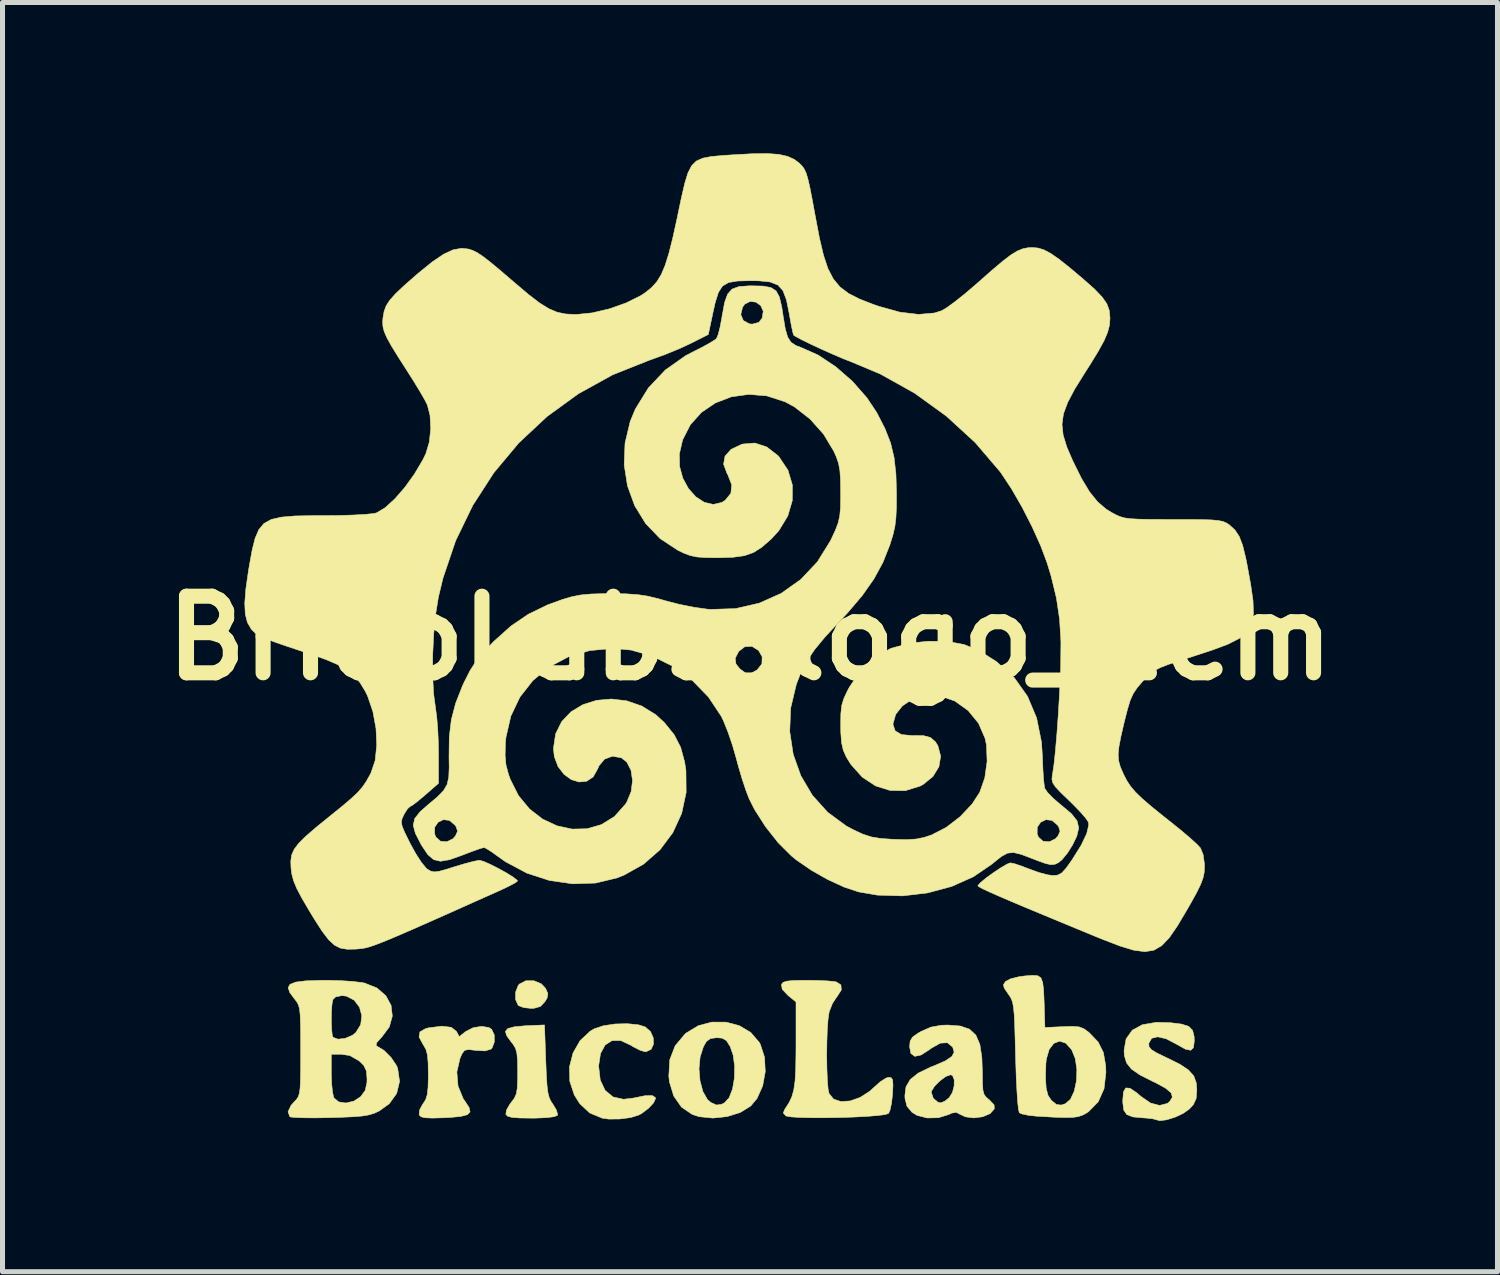
<source format=kicad_pcb>
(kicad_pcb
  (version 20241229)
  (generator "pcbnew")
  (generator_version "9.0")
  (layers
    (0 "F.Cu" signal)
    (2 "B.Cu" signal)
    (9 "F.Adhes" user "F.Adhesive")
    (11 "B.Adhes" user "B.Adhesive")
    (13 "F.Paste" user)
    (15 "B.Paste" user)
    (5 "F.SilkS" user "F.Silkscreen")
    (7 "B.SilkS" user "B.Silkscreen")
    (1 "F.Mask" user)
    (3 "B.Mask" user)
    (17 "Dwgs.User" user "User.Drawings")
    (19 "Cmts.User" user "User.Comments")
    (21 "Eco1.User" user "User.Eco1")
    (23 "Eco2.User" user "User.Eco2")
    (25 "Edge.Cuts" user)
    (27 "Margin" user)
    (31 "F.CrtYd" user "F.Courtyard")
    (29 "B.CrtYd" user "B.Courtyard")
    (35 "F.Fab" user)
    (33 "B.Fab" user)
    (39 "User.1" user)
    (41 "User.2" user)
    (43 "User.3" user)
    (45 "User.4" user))
  (footprint "BricoLabs_logo_2cm"
    (layer "F.Cu")
    (at 11.873 9.647)
    (property "Reference" "BricoLabs_logo_2cm" (at 0 0 0) (layer "F.SilkS") (effects (font (size 1.524 1.524) (thickness 0.3))))
    (attr through_hole)
    (fp_poly (pts (xy -4.152 6.878) (xy -4.069 6.966) (xy -4.022 7.073) (xy -4.037 7.159) (xy -4.081 7.233) (xy -4.17 7.328) (xy -4.295 7.364) (xy -4.36 7.366) (xy -4.502 7.351) (xy -4.603 7.313) (xy -4.613 7.305) (xy -4.665 7.191) (xy -4.664 7.042) (xy -4.612 6.91) (xy -4.591 6.884) (xy -4.46 6.817) (xy -4.3 6.817) (xy -4.152 6.878)) (stroke (width 0.01) (type solid)) (fill yes) (layer "F.SilkS"))
    (fp_poly (pts (xy -4.064 8.407) (xy -4.052 8.695) (xy -4.039 8.9) (xy -4.021 9.044) (xy -3.995 9.144) (xy -3.958 9.221) (xy -3.918 9.279) (xy -3.85 9.394) (xy -3.828 9.481) (xy -3.832 9.495) (xy -3.9 9.522) (xy -4.054 9.541) (xy -4.279 9.55) (xy -4.348 9.55) (xy -4.584 9.547) (xy -4.737 9.535) (xy -4.822 9.512) (xy -4.858 9.475) (xy -4.846 9.391) (xy -4.781 9.276) (xy -4.755 9.242) (xy -4.691 9.157) (xy -4.651 9.07) (xy -4.631 8.952) (xy -4.624 8.777) (xy -4.623 8.636) (xy -4.626 8.413) (xy -4.638 8.265) (xy -4.665 8.163) (xy -4.714 8.08) (xy -4.75 8.036) (xy -4.841 7.912) (xy -4.867 7.825) (xy -4.819 7.767) (xy -4.688 7.732) (xy -4.468 7.712) (xy -4.369 7.708) (xy -4.089 7.696) (xy -4.064 8.407)) (stroke (width 0.01) (type solid)) (fill yes) (layer "F.SilkS"))
    (fp_poly (pts (xy -2.22 7.693) (xy -2.085 7.735) (xy -1.98 7.828) (xy -1.925 7.952) (xy -1.921 8.08) (xy -1.969 8.182) (xy -2.068 8.229) (xy -2.082 8.23) (xy -2.183 8.202) (xy -2.319 8.133) (xy -2.371 8.1) (xy -2.571 8.007) (xy -2.745 8.007) (xy -2.883 8.095) (xy -2.975 8.264) (xy -3.012 8.508) (xy -3.012 8.516) (xy -2.98 8.792) (xy -2.883 8.998) (xy -2.726 9.128) (xy -2.516 9.175) (xy -2.315 9.15) (xy -2.085 9.103) (xy -1.942 9.101) (xy -1.882 9.142) (xy -1.88 9.161) (xy -1.919 9.246) (xy -2.019 9.353) (xy -2.149 9.452) (xy -2.21 9.487) (xy -2.376 9.539) (xy -2.592 9.567) (xy -2.81 9.569) (xy -2.94 9.551) (xy -3.19 9.447) (xy -3.388 9.262) (xy -3.496 9.09) (xy -3.586 8.818) (xy -3.593 8.532) (xy -3.522 8.255) (xy -3.382 8.009) (xy -3.179 7.819) (xy -3.101 7.773) (xy -2.918 7.712) (xy -2.685 7.677) (xy -2.439 7.671) (xy -2.22 7.693)) (stroke (width 0.01) (type solid)) (fill yes) (layer "F.SilkS"))
    (fp_poly (pts (xy -0.478 7.64) (xy -0.214 7.71) (xy 0.014 7.845) (xy 0.184 8.043) (xy 0.205 8.08) (xy 0.289 8.339) (xy 0.303 8.626) (xy 0.252 8.908) (xy 0.14 9.158) (xy 0.016 9.307) (xy -0.192 9.437) (xy -0.456 9.519) (xy -0.742 9.549) (xy -1.014 9.521) (xy -1.149 9.477) (xy -1.364 9.331) (xy -1.518 9.11) (xy -1.604 8.828) (xy -1.616 8.715) (xy -1.607 8.569) (xy -1.015 8.569) (xy -0.995 8.807) (xy -0.938 9.021) (xy -0.847 9.181) (xy -0.779 9.239) (xy -0.667 9.289) (xy -0.571 9.276) (xy -0.51 9.247) (xy -0.416 9.145) (xy -0.348 8.971) (xy -0.311 8.754) (xy -0.306 8.519) (xy -0.336 8.294) (xy -0.394 8.128) (xy -0.468 8.009) (xy -0.554 7.959) (xy -0.66 7.95) (xy -0.787 7.965) (xy -0.868 8.026) (xy -0.927 8.128) (xy -0.993 8.333) (xy -1.015 8.569) (xy -1.607 8.569) (xy -1.597 8.388) (xy -1.49 8.111) (xy -1.295 7.878) (xy -1.27 7.856) (xy -1.028 7.71) (xy -0.757 7.639) (xy -0.478 7.64)) (stroke (width 0.01) (type solid)) (fill yes) (layer "F.SilkS"))
    (fp_poly (pts (xy -5.944 7.743) (xy -5.842 7.823) (xy -5.841 7.825) (xy -5.786 7.928) (xy -5.655 7.825) (xy -5.509 7.751) (xy -5.342 7.724) (xy -5.197 7.747) (xy -5.141 7.783) (xy -5.089 7.893) (xy -5.087 8.035) (xy -5.132 8.154) (xy -5.153 8.176) (xy -5.271 8.213) (xy -5.458 8.202) (xy -5.601 8.185) (xy -5.68 8.201) (xy -5.731 8.27) (xy -5.771 8.362) (xy -5.833 8.632) (xy -5.81 8.911) (xy -5.706 9.165) (xy -5.666 9.222) (xy -5.588 9.342) (xy -5.57 9.426) (xy -5.624 9.482) (xy -5.757 9.517) (xy -5.978 9.537) (xy -6.098 9.543) (xy -6.322 9.549) (xy -6.463 9.543) (xy -6.543 9.524) (xy -6.58 9.489) (xy -6.583 9.481) (xy -6.575 9.389) (xy -6.513 9.273) (xy -6.507 9.266) (xy -6.454 9.183) (xy -6.422 9.081) (xy -6.406 8.936) (xy -6.401 8.719) (xy -6.401 8.678) (xy -6.405 8.447) (xy -6.419 8.29) (xy -6.449 8.181) (xy -6.5 8.091) (xy -6.509 8.079) (xy -6.585 7.936) (xy -6.568 7.834) (xy -6.456 7.769) (xy -6.399 7.754) (xy -6.13 7.72) (xy -5.944 7.743)) (stroke (width 0.01) (type solid)) (fill yes) (layer "F.SilkS"))
    (fp_poly (pts (xy 8.361 7.651) (xy 8.587 7.679) (xy 8.729 7.725) (xy 8.805 7.803) (xy 8.836 7.925) (xy 8.839 8.02) (xy 8.823 8.148) (xy 8.769 8.2) (xy 8.663 8.178) (xy 8.496 8.085) (xy 8.484 8.078) (xy 8.279 7.971) (xy 8.111 7.932) (xy 7.992 7.961) (xy 7.935 8.059) (xy 7.934 8.064) (xy 7.938 8.127) (xy 7.983 8.185) (xy 8.086 8.25) (xy 8.264 8.336) (xy 8.294 8.35) (xy 8.551 8.477) (xy 8.724 8.592) (xy 8.829 8.711) (xy 8.879 8.85) (xy 8.89 8.992) (xy 8.876 9.161) (xy 8.822 9.28) (xy 8.743 9.367) (xy 8.618 9.456) (xy 8.457 9.531) (xy 8.291 9.583) (xy 8.152 9.601) (xy 8.071 9.579) (xy 8.011 9.563) (xy 7.886 9.549) (xy 7.822 9.545) (xy 7.618 9.526) (xy 7.497 9.48) (xy 7.436 9.391) (xy 7.417 9.24) (xy 7.417 9.193) (xy 7.43 9.027) (xy 7.476 8.949) (xy 7.562 8.956) (xy 7.697 9.048) (xy 7.779 9.119) (xy 7.969 9.25) (xy 8.148 9.297) (xy 8.302 9.258) (xy 8.351 9.219) (xy 8.403 9.133) (xy 8.379 9.048) (xy 8.271 8.956) (xy 8.074 8.848) (xy 8.007 8.817) (xy 7.756 8.69) (xy 7.589 8.574) (xy 7.491 8.451) (xy 7.448 8.306) (xy 7.442 8.204) (xy 7.483 7.973) (xy 7.605 7.801) (xy 7.806 7.691) (xy 8.085 7.644) (xy 8.361 7.651)) (stroke (width 0.01) (type solid)) (fill yes) (layer "F.SilkS"))
    (fp_poly (pts (xy 1.351 6.811) (xy 1.545 6.82) (xy 1.681 6.833) (xy 1.714 6.839) (xy 1.809 6.9) (xy 1.816 7) (xy 1.733 7.131) (xy 1.723 7.142) (xy 1.64 7.268) (xy 1.577 7.429) (xy 1.572 7.45) (xy 1.552 7.591) (xy 1.537 7.798) (xy 1.529 8.048) (xy 1.526 8.315) (xy 1.53 8.575) (xy 1.539 8.804) (xy 1.554 8.976) (xy 1.571 9.058) (xy 1.661 9.171) (xy 1.808 9.22) (xy 1.992 9.208) (xy 2.191 9.138) (xy 2.386 9.012) (xy 2.468 8.936) (xy 2.594 8.825) (xy 2.708 8.752) (xy 2.759 8.738) (xy 2.811 8.747) (xy 2.838 8.791) (xy 2.844 8.892) (xy 2.836 9.068) (xy 2.816 9.248) (xy 2.786 9.39) (xy 2.755 9.458) (xy 2.684 9.48) (xy 2.531 9.499) (xy 2.317 9.516) (xy 2.059 9.529) (xy 1.779 9.538) (xy 1.495 9.542) (xy 1.228 9.542) (xy 0.997 9.537) (xy 0.822 9.526) (xy 0.722 9.509) (xy 0.711 9.504) (xy 0.662 9.447) (xy 0.693 9.371) (xy 0.7 9.361) (xy 0.776 9.244) (xy 0.832 9.125) (xy 0.871 8.986) (xy 0.896 8.81) (xy 0.909 8.578) (xy 0.914 8.271) (xy 0.915 8.092) (xy 0.915 7.239) (xy 0.754 7.107) (xy 0.641 6.987) (xy 0.625 6.892) (xy 0.625 6.891) (xy 0.657 6.85) (xy 0.728 6.825) (xy 0.857 6.812) (xy 1.064 6.808) (xy 1.129 6.808) (xy 1.351 6.811)) (stroke (width 0.01) (type solid)) (fill yes) (layer "F.SilkS"))
    (fp_poly (pts (xy 4.184 7.717) (xy 4.366 7.78) (xy 4.493 7.898) (xy 4.573 8.083) (xy 4.613 8.345) (xy 4.623 8.639) (xy 4.625 8.855) (xy 4.634 8.994) (xy 4.658 9.08) (xy 4.701 9.138) (xy 4.758 9.183) (xy 4.856 9.286) (xy 4.861 9.366) (xy 4.776 9.461) (xy 4.628 9.523) (xy 4.452 9.546) (xy 4.284 9.524) (xy 4.189 9.479) (xy 4.104 9.435) (xy 4.015 9.45) (xy 3.953 9.479) (xy 3.749 9.542) (xy 3.525 9.547) (xy 3.322 9.495) (xy 3.222 9.433) (xy 3.123 9.315) (xy 3.084 9.163) (xy 3.081 9.106) (xy 3.089 9.037) (xy 3.607 9.037) (xy 3.646 9.155) (xy 3.74 9.234) (xy 3.795 9.246) (xy 3.877 9.212) (xy 3.962 9.144) (xy 4.027 9.041) (xy 4.061 8.911) (xy 4.063 8.787) (xy 4.03 8.704) (xy 3.992 8.687) (xy 3.894 8.722) (xy 3.777 8.809) (xy 3.671 8.915) (xy 3.611 9.013) (xy 3.607 9.037) (xy 3.089 9.037) (xy 3.103 8.928) (xy 3.188 8.781) (xy 3.347 8.654) (xy 3.593 8.535) (xy 3.669 8.505) (xy 3.888 8.41) (xy 4.016 8.323) (xy 4.061 8.237) (xy 4.033 8.14) (xy 4.029 8.134) (xy 3.927 8.05) (xy 3.785 8.058) (xy 3.608 8.158) (xy 3.581 8.179) (xy 3.406 8.293) (xy 3.278 8.321) (xy 3.2 8.263) (xy 3.175 8.129) (xy 3.186 8.017) (xy 3.233 7.938) (xy 3.342 7.86) (xy 3.404 7.825) (xy 3.599 7.739) (xy 3.807 7.702) (xy 3.937 7.698) (xy 4.184 7.717)) (stroke (width 0.01) (type solid)) (fill yes) (layer "F.SilkS"))
    (fp_poly (pts (xy 5.723 6.716) (xy 5.787 6.758) (xy 5.823 6.851) (xy 5.842 7.008) (xy 5.852 7.247) (xy 5.855 7.341) (xy 5.867 7.747) (xy 6.226 7.73) (xy 6.421 7.724) (xy 6.549 7.735) (xy 6.642 7.771) (xy 6.736 7.84) (xy 6.749 7.85) (xy 6.926 8.035) (xy 7.031 8.245) (xy 7.077 8.508) (xy 7.081 8.638) (xy 7.044 8.964) (xy 6.929 9.224) (xy 6.736 9.421) (xy 6.686 9.454) (xy 6.609 9.494) (xy 6.525 9.521) (xy 6.415 9.536) (xy 6.26 9.538) (xy 6.042 9.531) (xy 5.743 9.514) (xy 5.715 9.513) (xy 5.544 9.495) (xy 5.412 9.467) (xy 5.359 9.444) (xy 5.342 9.379) (xy 5.325 9.226) (xy 5.31 9) (xy 5.297 8.747) (xy 5.879 8.747) (xy 5.892 8.954) (xy 5.929 9.097) (xy 5.994 9.194) (xy 5.994 9.195) (xy 6.096 9.278) (xy 6.189 9.29) (xy 6.272 9.265) (xy 6.376 9.175) (xy 6.451 9.014) (xy 6.495 8.807) (xy 6.503 8.583) (xy 6.472 8.368) (xy 6.401 8.191) (xy 6.283 8.059) (xy 6.159 8.018) (xy 6.044 8.063) (xy 5.951 8.185) (xy 5.896 8.376) (xy 5.887 8.458) (xy 5.879 8.747) (xy 5.297 8.747) (xy 5.296 8.714) (xy 5.285 8.382) (xy 5.283 8.316) (xy 5.274 7.958) (xy 5.266 7.687) (xy 5.256 7.488) (xy 5.242 7.346) (xy 5.224 7.246) (xy 5.198 7.174) (xy 5.164 7.116) (xy 5.133 7.073) (xy 5.058 6.963) (xy 5.042 6.896) (xy 5.079 6.838) (xy 5.089 6.828) (xy 5.187 6.777) (xy 5.354 6.736) (xy 5.477 6.72) (xy 5.623 6.709) (xy 5.723 6.716)) (stroke (width 0.01) (type solid)) (fill yes) (layer "F.SilkS"))
    (fp_poly (pts (xy -8.144 6.815) (xy -7.91 6.83) (xy -7.725 6.852) (xy -7.671 6.862) (xy -7.424 6.96) (xy -7.246 7.114) (xy -7.142 7.306) (xy -7.117 7.519) (xy -7.177 7.735) (xy -7.327 7.937) (xy -7.331 7.94) (xy -7.428 8.048) (xy -7.44 8.108) (xy -7.428 8.115) (xy -7.284 8.201) (xy -7.141 8.344) (xy -7.033 8.505) (xy -7.01 8.562) (xy -6.973 8.82) (xy -7.031 9.059) (xy -7.178 9.264) (xy -7.379 9.408) (xy -7.476 9.453) (xy -7.581 9.485) (xy -7.715 9.508) (xy -7.896 9.523) (xy -8.145 9.534) (xy -8.357 9.54) (xy -8.626 9.545) (xy -8.858 9.544) (xy -9.035 9.538) (xy -9.139 9.528) (xy -9.157 9.521) (xy -9.192 9.423) (xy -9.132 9.296) (xy -9.068 9.225) (xy -9.022 9.176) (xy -8.989 9.125) (xy -8.966 9.055) (xy -8.952 8.951) (xy -8.945 8.796) (xy -8.941 8.574) (xy -8.941 8.28) (xy -8.331 8.28) (xy -8.331 8.665) (xy -8.324 8.865) (xy -8.307 9.035) (xy -8.282 9.141) (xy -8.279 9.147) (xy -8.185 9.227) (xy -8.042 9.249) (xy -7.885 9.213) (xy -7.745 9.122) (xy -7.745 9.121) (xy -7.656 8.998) (xy -7.622 8.842) (xy -7.62 8.77) (xy -7.633 8.61) (xy -7.686 8.5) (xy -7.776 8.412) (xy -7.964 8.304) (xy -8.132 8.28) (xy -8.331 8.28) (xy -8.941 8.28) (xy -8.941 8.269) (xy -8.941 8.21) (xy -8.941 7.89) (xy -8.944 7.655) (xy -8.946 7.615) (xy -8.33 7.615) (xy -8.325 7.779) (xy -8.312 7.9) (xy -8.297 7.942) (xy -8.197 7.979) (xy -8.056 7.963) (xy -7.914 7.903) (xy -7.846 7.851) (xy -7.747 7.692) (xy -7.724 7.514) (xy -7.77 7.343) (xy -7.875 7.204) (xy -8.029 7.123) (xy -8.12 7.112) (xy -8.246 7.138) (xy -8.3 7.192) (xy -8.318 7.288) (xy -8.328 7.44) (xy -8.33 7.615) (xy -8.946 7.615) (xy -8.951 7.488) (xy -8.964 7.374) (xy -8.986 7.295) (xy -9.018 7.236) (xy -9.062 7.179) (xy -9.068 7.172) (xy -9.159 7.048) (xy -9.19 6.954) (xy -9.153 6.888) (xy -9.042 6.844) (xy -8.847 6.819) (xy -8.563 6.809) (xy -8.388 6.808) (xy -8.144 6.815)) (stroke (width 0.01) (type solid)) (fill yes) (layer "F.SilkS"))
    (fp_poly (pts (xy 0.258 -7.005) (xy 0.415 -6.976) (xy 0.519 -6.909) (xy 0.585 -6.786) (xy 0.631 -6.59) (xy 0.662 -6.389) (xy 0.702 -6.15) (xy 0.749 -5.99) (xy 0.814 -5.888) (xy 0.911 -5.823) (xy 1.003 -5.789) (xy 1.351 -5.635) (xy 1.703 -5.402) (xy 2.036 -5.112) (xy 2.326 -4.782) (xy 2.523 -4.485) (xy 2.684 -4.172) (xy 2.796 -3.886) (xy 2.866 -3.594) (xy 2.903 -3.265) (xy 2.914 -2.896) (xy 2.913 -2.611) (xy 2.903 -2.396) (xy 2.882 -2.221) (xy 2.844 -2.055) (xy 2.786 -1.867) (xy 2.78 -1.85) (xy 2.643 -1.504) (xy 2.464 -1.176) (xy 2.231 -0.845) (xy 1.931 -0.493) (xy 1.755 -0.306) (xy 1.486 -0.016) (xy 1.281 0.233) (xy 1.127 0.463) (xy 1.008 0.695) (xy 0.921 0.921) (xy 0.809 1.39) (xy 0.79 1.857) (xy 0.859 2.311) (xy 1.011 2.738) (xy 1.241 3.127) (xy 1.544 3.464) (xy 1.915 3.737) (xy 2.061 3.815) (xy 2.25 3.902) (xy 2.415 3.955) (xy 2.595 3.985) (xy 2.833 4.002) (xy 2.865 4.003) (xy 3.117 4.009) (xy 3.306 3.997) (xy 3.468 3.964) (xy 3.619 3.913) (xy 3.656 3.894) (xy 5.713 3.894) (xy 5.739 3.959) (xy 5.831 4.041) (xy 5.956 4.051) (xy 6.078 3.991) (xy 6.128 3.935) (xy 6.169 3.842) (xy 6.141 3.754) (xy 6.118 3.719) (xy 6.008 3.626) (xy 5.887 3.612) (xy 5.782 3.663) (xy 5.715 3.762) (xy 5.713 3.894) (xy 3.656 3.894) (xy 3.904 3.765) (xy 4.181 3.552) (xy 4.419 3.3) (xy 4.571 3.066) (xy 4.671 2.78) (xy 4.717 2.452) (xy 4.705 2.13) (xy 4.677 1.995) (xy 4.547 1.694) (xy 4.34 1.441) (xy 4.076 1.252) (xy 3.771 1.144) (xy 3.683 1.13) (xy 3.444 1.142) (xy 3.22 1.22) (xy 3.03 1.35) (xy 2.898 1.517) (xy 2.845 1.705) (xy 2.845 1.718) (xy 2.888 1.845) (xy 3.015 1.919) (xy 3.22 1.938) (xy 3.232 1.937) (xy 3.449 1.939) (xy 3.593 1.978) (xy 3.691 2.065) (xy 3.738 2.141) (xy 3.793 2.35) (xy 3.758 2.56) (xy 3.639 2.753) (xy 3.445 2.911) (xy 3.383 2.944) (xy 3.088 3.035) (xy 2.788 3.031) (xy 2.498 2.94) (xy 2.233 2.765) (xy 2.007 2.513) (xy 1.914 2.362) (xy 1.855 2.229) (xy 1.821 2.078) (xy 1.806 1.878) (xy 1.804 1.727) (xy 1.807 1.504) (xy 1.824 1.343) (xy 1.864 1.207) (xy 1.934 1.056) (xy 1.977 0.976) (xy 2.203 0.638) (xy 2.475 0.382) (xy 2.802 0.203) (xy 3.192 0.097) (xy 3.556 0.061) (xy 3.937 0.067) (xy 4.26 0.127) (xy 4.562 0.251) (xy 4.877 0.45) (xy 4.914 0.476) (xy 5.26 0.79) (xy 5.522 1.159) (xy 5.702 1.587) (xy 5.8 2.073) (xy 5.818 2.366) (xy 5.827 2.596) (xy 5.839 2.796) (xy 5.855 2.94) (xy 5.864 2.988) (xy 5.921 3.072) (xy 6.036 3.19) (xy 6.186 3.318) (xy 6.201 3.33) (xy 6.396 3.494) (xy 6.507 3.635) (xy 6.54 3.776) (xy 6.502 3.939) (xy 6.418 4.114) (xy 6.316 4.276) (xy 6.207 4.408) (xy 6.136 4.467) (xy 6.064 4.5) (xy 5.988 4.507) (xy 5.883 4.485) (xy 5.724 4.428) (xy 5.608 4.383) (xy 5.395 4.302) (xy 5.245 4.266) (xy 5.125 4.277) (xy 5.005 4.341) (xy 4.853 4.462) (xy 4.814 4.495) (xy 4.444 4.748) (xy 4.01 4.941) (xy 3.533 5.069) (xy 3.034 5.128) (xy 2.534 5.113) (xy 2.161 5.049) (xy 1.872 4.953) (xy 1.546 4.803) (xy 1.218 4.617) (xy 0.923 4.414) (xy 0.825 4.334) (xy 0.561 4.071) (xy 0.306 3.748) (xy 0.088 3.406) (xy -0.018 3.194) (xy -0.083 3.025) (xy -0.16 2.793) (xy -0.235 2.537) (xy -0.274 2.391) (xy -0.349 2.131) (xy -0.439 1.868) (xy -0.529 1.644) (xy -0.573 1.553) (xy -0.827 1.172) (xy -1.15 0.839) (xy -1.526 0.565) (xy -1.855 0.401) (xy -0.295 0.401) (xy -0.28 0.513) (xy -0.203 0.61) (xy -0.086 0.696) (xy 0.028 0.695) (xy 0.141 0.632) (xy 0.236 0.513) (xy 0.241 0.37) (xy 0.17 0.245) (xy 0.039 0.164) (xy -0.103 0.17) (xy -0.222 0.261) (xy -0.226 0.265) (xy -0.295 0.401) (xy -1.855 0.401) (xy -1.938 0.36) (xy -2.367 0.237) (xy -2.72 0.204) (xy -3.188 0.247) (xy -3.617 0.374) (xy -3.998 0.575) (xy -4.321 0.844) (xy -4.578 1.172) (xy -4.759 1.551) (xy -4.856 1.973) (xy -4.867 2.094) (xy -4.873 2.333) (xy -4.856 2.52) (xy -4.807 2.705) (xy -4.771 2.806) (xy -4.607 3.133) (xy -4.387 3.399) (xy -4.127 3.6) (xy -3.84 3.734) (xy -3.54 3.799) (xy -3.241 3.792) (xy -2.955 3.709) (xy -2.698 3.549) (xy -2.482 3.308) (xy -2.451 3.26) (xy -2.365 3.052) (xy -2.338 2.833) (xy -2.368 2.629) (xy -2.452 2.466) (xy -2.559 2.381) (xy -2.736 2.349) (xy -2.894 2.407) (xy -3.007 2.542) (xy -3.028 2.595) (xy -3.12 2.76) (xy -3.25 2.847) (xy -3.4 2.862) (xy -3.557 2.814) (xy -3.702 2.709) (xy -3.82 2.554) (xy -3.894 2.358) (xy -3.911 2.195) (xy -3.868 1.904) (xy -3.747 1.66) (xy -3.561 1.465) (xy -3.325 1.323) (xy -3.052 1.237) (xy -2.757 1.211) (xy -2.454 1.247) (xy -2.155 1.35) (xy -1.876 1.522) (xy -1.707 1.677) (xy -1.51 1.92) (xy -1.38 2.172) (xy -1.3 2.468) (xy -1.275 2.636) (xy -1.271 3.071) (xy -1.36 3.487) (xy -1.536 3.87) (xy -1.791 4.211) (xy -2.118 4.497) (xy -2.509 4.716) (xy -2.648 4.771) (xy -3.075 4.873) (xy -3.53 4.888) (xy -3.993 4.821) (xy -4.444 4.674) (xy -4.862 4.451) (xy -5.008 4.348) (xy -5.144 4.25) (xy -5.249 4.184) (xy -5.293 4.166) (xy -5.359 4.183) (xy -5.493 4.23) (xy -5.671 4.297) (xy -5.732 4.321) (xy -5.978 4.408) (xy -6.159 4.439) (xy -6.295 4.407) (xy -6.411 4.307) (xy -6.529 4.131) (xy -6.548 4.099) (xy -6.653 3.894) (xy -6.276 3.894) (xy -6.25 3.959) (xy -6.158 4.041) (xy -6.033 4.051) (xy -5.91 3.991) (xy -5.861 3.935) (xy -5.819 3.842) (xy -5.847 3.754) (xy -5.871 3.719) (xy -5.981 3.626) (xy -6.101 3.612) (xy -6.207 3.663) (xy -6.274 3.762) (xy -6.276 3.894) (xy -6.653 3.894) (xy -6.658 3.885) (xy -6.701 3.724) (xy -6.671 3.589) (xy -6.563 3.452) (xy -6.408 3.316) (xy -6.223 3.161) (xy -6.1 3.036) (xy -6.028 2.914) (xy -5.994 2.768) (xy -5.986 2.568) (xy -5.989 2.371) (xy -5.984 1.967) (xy -5.943 1.622) (xy -5.858 1.297) (xy -5.723 0.953) (xy -5.688 0.877) (xy -5.571 0.646) (xy -5.444 0.45) (xy -5.283 0.257) (xy -5.096 0.063) (xy -4.757 -0.241) (xy -4.413 -0.475) (xy -4.028 -0.662) (xy -3.734 -0.769) (xy -3.549 -0.824) (xy -3.37 -0.859) (xy -3.166 -0.878) (xy -2.906 -0.886) (xy -2.769 -0.886) (xy -2.475 -0.882) (xy -2.245 -0.867) (xy -2.042 -0.837) (xy -1.829 -0.786) (xy -1.676 -0.742) (xy -1.409 -0.673) (xy -1.119 -0.615) (xy -0.858 -0.578) (xy -0.787 -0.572) (xy -0.288 -0.588) (xy 0.185 -0.697) (xy 0.621 -0.892) (xy 1.01 -1.168) (xy 1.339 -1.517) (xy 1.599 -1.935) (xy 1.613 -1.963) (xy 1.699 -2.149) (xy 1.754 -2.294) (xy 1.785 -2.431) (xy 1.8 -2.594) (xy 1.803 -2.816) (xy 1.803 -2.896) (xy 1.8 -3.15) (xy 1.788 -3.333) (xy 1.762 -3.476) (xy 1.716 -3.61) (xy 1.666 -3.721) (xy 1.464 -4.057) (xy 1.196 -4.358) (xy 0.888 -4.599) (xy 0.697 -4.703) (xy 0.335 -4.82) (xy -0.025 -4.85) (xy -0.371 -4.802) (xy -0.689 -4.68) (xy -0.966 -4.492) (xy -1.188 -4.245) (xy -1.341 -3.945) (xy -1.406 -3.664) (xy -1.401 -3.415) (xy -1.337 -3.182) (xy -1.225 -2.976) (xy -1.078 -2.812) (xy -0.911 -2.703) (xy -0.734 -2.661) (xy -0.562 -2.7) (xy -0.494 -2.743) (xy -0.381 -2.882) (xy -0.364 -3.05) (xy -0.441 -3.25) (xy -0.458 -3.278) (xy -0.526 -3.461) (xy -0.497 -3.623) (xy -0.375 -3.758) (xy -0.167 -3.856) (xy -0.147 -3.862) (xy 0.096 -3.882) (xy 0.333 -3.804) (xy 0.553 -3.634) (xy 0.576 -3.609) (xy 0.755 -3.341) (xy 0.843 -3.046) (xy 0.841 -2.737) (xy 0.751 -2.43) (xy 0.573 -2.138) (xy 0.423 -1.974) (xy 0.238 -1.812) (xy 0.069 -1.704) (xy -0.114 -1.64) (xy -0.34 -1.609) (xy -0.635 -1.6) (xy -0.879 -1.603) (xy -1.053 -1.615) (xy -1.189 -1.643) (xy -1.318 -1.692) (xy -1.437 -1.749) (xy -1.79 -1.982) (xy -2.078 -2.282) (xy -2.295 -2.636) (xy -2.438 -3.029) (xy -2.504 -3.449) (xy -2.487 -3.881) (xy -2.384 -4.312) (xy -2.281 -4.56) (xy -2.023 -4.978) (xy -1.687 -5.334) (xy -1.284 -5.619) (xy -1.14 -5.694) (xy -0.948 -5.791) (xy -0.789 -5.879) (xy -0.687 -5.944) (xy -0.666 -5.963) (xy -0.633 -6.042) (xy -0.595 -6.192) (xy -0.559 -6.384) (xy -0.553 -6.425) (xy -0.55 -6.438) (xy -0.184 -6.438) (xy -0.133 -6.319) (xy -0.013 -6.254) (xy 0.044 -6.248) (xy 0.176 -6.283) (xy 0.242 -6.369) (xy 0.263 -6.505) (xy 0.214 -6.615) (xy 0.119 -6.685) (xy 0.005 -6.7) (xy -0.102 -6.648) (xy -0.149 -6.585) (xy -0.184 -6.438) (xy -0.55 -6.438) (xy -0.506 -6.678) (xy -0.446 -6.846) (xy -0.356 -6.946) (xy -0.218 -6.996) (xy -0.017 -7.01) (xy 0.029 -7.01) (xy 0.258 -7.005)) (stroke (width 0.01) (type solid)) (fill yes) (layer "F.SilkS"))
    (fp_poly (pts (xy 0.569 -9.626) (xy 0.744 -9.587) (xy 0.88 -9.526) (xy 0.976 -9.454) (xy 1.032 -9.399) (xy 1.077 -9.338) (xy 1.116 -9.255) (xy 1.152 -9.135) (xy 1.192 -8.961) (xy 1.239 -8.718) (xy 1.299 -8.391) (xy 1.3 -8.388) (xy 1.381 -7.961) (xy 1.461 -7.622) (xy 1.549 -7.356) (xy 1.656 -7.149) (xy 1.789 -6.988) (xy 1.961 -6.858) (xy 2.18 -6.747) (xy 2.456 -6.639) (xy 2.567 -6.601) (xy 2.982 -6.486) (xy 3.352 -6.442) (xy 3.667 -6.469) (xy 3.813 -6.515) (xy 3.916 -6.576) (xy 4.075 -6.692) (xy 4.269 -6.846) (xy 4.48 -7.026) (xy 4.55 -7.087) (xy 4.818 -7.324) (xy 5.027 -7.5) (xy 5.189 -7.624) (xy 5.32 -7.704) (xy 5.432 -7.749) (xy 5.539 -7.769) (xy 5.618 -7.772) (xy 5.731 -7.762) (xy 5.848 -7.726) (xy 5.982 -7.655) (xy 6.148 -7.54) (xy 6.36 -7.372) (xy 6.629 -7.145) (xy 6.853 -6.947) (xy 7.005 -6.788) (xy 7.1 -6.652) (xy 7.148 -6.519) (xy 7.162 -6.372) (xy 7.162 -6.361) (xy 7.152 -6.227) (xy 7.115 -6.086) (xy 7.045 -5.92) (xy 6.932 -5.714) (xy 6.771 -5.45) (xy 6.666 -5.286) (xy 6.463 -4.96) (xy 6.321 -4.692) (xy 6.236 -4.463) (xy 6.207 -4.253) (xy 6.23 -4.04) (xy 6.302 -3.805) (xy 6.42 -3.531) (xy 6.594 -3.179) (xy 6.755 -2.912) (xy 6.916 -2.712) (xy 7.088 -2.565) (xy 7.187 -2.504) (xy 7.278 -2.455) (xy 7.359 -2.419) (xy 7.448 -2.393) (xy 7.562 -2.377) (xy 7.717 -2.368) (xy 7.93 -2.363) (xy 8.219 -2.362) (xy 8.416 -2.362) (xy 8.756 -2.362) (xy 9.011 -2.358) (xy 9.194 -2.352) (xy 9.323 -2.339) (xy 9.412 -2.321) (xy 9.477 -2.293) (xy 9.533 -2.257) (xy 9.534 -2.256) (xy 9.647 -2.154) (xy 9.733 -2.025) (xy 9.801 -1.848) (xy 9.862 -1.599) (xy 9.885 -1.487) (xy 9.961 -1.072) (xy 10.008 -0.743) (xy 10.017 -0.484) (xy 9.979 -0.283) (xy 9.888 -0.125) (xy 9.736 0.005) (xy 9.513 0.119) (xy 9.213 0.232) (xy 8.844 0.353) (xy 8.545 0.449) (xy 8.325 0.523) (xy 8.167 0.584) (xy 8.053 0.642) (xy 7.965 0.704) (xy 7.884 0.78) (xy 7.807 0.865) (xy 7.702 0.988) (xy 7.626 1.102) (xy 7.566 1.233) (xy 7.512 1.409) (xy 7.449 1.656) (xy 7.446 1.668) (xy 7.38 1.952) (xy 7.34 2.161) (xy 7.325 2.318) (xy 7.335 2.444) (xy 7.369 2.565) (xy 7.429 2.701) (xy 7.436 2.718) (xy 7.5 2.84) (xy 7.574 2.951) (xy 7.671 3.065) (xy 7.805 3.195) (xy 7.988 3.352) (xy 8.233 3.55) (xy 8.392 3.676) (xy 8.59 3.836) (xy 8.764 3.984) (xy 8.895 4.103) (xy 8.963 4.177) (xy 9.015 4.306) (xy 9.041 4.49) (xy 9.042 4.546) (xy 9.037 4.66) (xy 9.014 4.77) (xy 8.967 4.897) (xy 8.887 5.061) (xy 8.766 5.28) (xy 8.682 5.425) (xy 8.501 5.73) (xy 8.343 5.959) (xy 8.193 6.117) (xy 8.036 6.209) (xy 7.855 6.238) (xy 7.636 6.209) (xy 7.362 6.126) (xy 7.018 5.994) (xy 6.858 5.929) (xy 6.316 5.705) (xy 5.86 5.516) (xy 5.485 5.36) (xy 5.184 5.233) (xy 4.949 5.132) (xy 4.774 5.055) (xy 4.652 4.998) (xy 4.576 4.959) (xy 4.539 4.934) (xy 4.533 4.923) (xy 4.586 4.864) (xy 4.697 4.772) (xy 4.841 4.668) (xy 4.988 4.57) (xy 5.11 4.498) (xy 5.18 4.471) (xy 5.266 4.489) (xy 5.411 4.538) (xy 5.563 4.596) (xy 5.751 4.664) (xy 5.927 4.71) (xy 6.031 4.723) (xy 6.123 4.714) (xy 6.202 4.672) (xy 6.288 4.578) (xy 6.403 4.417) (xy 6.587 4.123) (xy 6.699 3.889) (xy 6.739 3.719) (xy 6.732 3.66) (xy 6.684 3.587) (xy 6.579 3.465) (xy 6.435 3.316) (xy 6.344 3.227) (xy 6.179 3.068) (xy 6.076 2.958) (xy 6.023 2.877) (xy 6.007 2.804) (xy 6.016 2.72) (xy 6.02 2.7) (xy 6.048 2.513) (xy 6.076 2.244) (xy 6.105 1.913) (xy 6.132 1.539) (xy 6.156 1.143) (xy 6.175 0.744) (xy 6.181 0.583) (xy 6.186 0.071) (xy 6.159 -0.378) (xy 6.096 -0.8) (xy 5.992 -1.23) (xy 5.91 -1.499) (xy 5.783 -1.838) (xy 5.611 -2.219) (xy 5.411 -2.61) (xy 5.201 -2.974) (xy 4.999 -3.279) (xy 4.978 -3.309) (xy 4.48 -3.892) (xy 3.906 -4.418) (xy 3.272 -4.876) (xy 2.593 -5.255) (xy 2.007 -5.501) (xy 1.847 -5.563) (xy 1.645 -5.65) (xy 1.425 -5.748) (xy 1.212 -5.847) (xy 1.031 -5.936) (xy 0.905 -6.004) (xy 0.869 -6.027) (xy 0.852 -6.081) (xy 0.824 -6.211) (xy 0.791 -6.392) (xy 0.779 -6.463) (xy 0.725 -6.73) (xy 0.656 -6.913) (xy 0.554 -7.026) (xy 0.399 -7.087) (xy 0.173 -7.11) (xy 0.007 -7.112) (xy -0.248 -7.106) (xy -0.426 -7.076) (xy -0.547 -7.006) (xy -0.629 -6.88) (xy -0.692 -6.681) (xy -0.737 -6.48) (xy -0.83 -6.041) (xy -1.189 -5.86) (xy -1.415 -5.756) (xy -1.686 -5.645) (xy -1.952 -5.548) (xy -2.001 -5.531) (xy -2.734 -5.239) (xy -3.416 -4.862) (xy -4.041 -4.408) (xy -4.603 -3.882) (xy -5.097 -3.291) (xy -5.516 -2.642) (xy -5.856 -1.941) (xy -6.109 -1.195) (xy -6.201 -0.813) (xy -6.256 -0.47) (xy -6.294 -0.077) (xy -6.314 0.336) (xy -6.315 0.739) (xy -6.296 1.103) (xy -6.257 1.394) (xy -6.233 1.571) (xy -6.213 1.814) (xy -6.201 2.088) (xy -6.198 2.291) (xy -6.198 2.888) (xy -6.463 3.12) (xy -6.601 3.236) (xy -6.709 3.319) (xy -6.766 3.353) (xy -6.767 3.353) (xy -6.813 3.393) (xy -6.877 3.493) (xy -6.887 3.513) (xy -6.924 3.592) (xy -6.937 3.661) (xy -6.921 3.745) (xy -6.87 3.867) (xy -6.779 4.051) (xy -6.757 4.095) (xy -6.648 4.292) (xy -6.539 4.46) (xy -6.447 4.573) (xy -6.417 4.599) (xy -6.349 4.637) (xy -6.278 4.651) (xy -6.181 4.638) (xy -6.029 4.596) (xy -5.886 4.55) (xy -5.685 4.49) (xy -5.513 4.444) (xy -5.398 4.421) (xy -5.38 4.42) (xy -5.298 4.443) (xy -5.165 4.502) (xy -5.005 4.583) (xy -4.846 4.671) (xy -4.715 4.753) (xy -4.636 4.814) (xy -4.625 4.831) (xy -4.667 4.865) (xy -4.779 4.926) (xy -4.939 5.003) (xy -4.966 5.015) (xy -5.519 5.262) (xy -5.988 5.472) (xy -6.38 5.646) (xy -6.704 5.789) (xy -6.966 5.903) (xy -7.176 5.992) (xy -7.342 6.059) (xy -7.471 6.108) (xy -7.571 6.142) (xy -7.651 6.163) (xy -7.719 6.175) (xy -7.782 6.182) (xy -7.848 6.187) (xy -7.849 6.187) (xy -8.014 6.19) (xy -8.149 6.168) (xy -8.268 6.108) (xy -8.385 6) (xy -8.514 5.831) (xy -8.669 5.59) (xy -8.773 5.419) (xy -8.92 5.167) (xy -9.02 4.977) (xy -9.082 4.827) (xy -9.117 4.695) (xy -9.133 4.57) (xy -9.137 4.433) (xy -9.12 4.315) (xy -9.071 4.203) (xy -8.98 4.082) (xy -8.838 3.941) (xy -8.634 3.765) (xy -8.362 3.544) (xy -8.118 3.347) (xy -7.94 3.196) (xy -7.81 3.074) (xy -7.715 2.966) (xy -7.637 2.853) (xy -7.563 2.721) (xy -7.542 2.681) (xy -7.459 2.436) (xy -7.427 2.131) (xy -7.442 1.798) (xy -7.503 1.463) (xy -7.607 1.157) (xy -7.657 1.054) (xy -7.759 0.887) (xy -7.871 0.75) (xy -8.011 0.635) (xy -8.194 0.531) (xy -8.435 0.427) (xy -8.752 0.315) (xy -8.941 0.253) (xy -9.212 0.163) (xy -9.453 0.079) (xy -9.646 0.008) (xy -9.771 -0.044) (xy -9.807 -0.064) (xy -9.922 -0.177) (xy -10 -0.311) (xy -10.043 -0.479) (xy -10.053 -0.698) (xy -10.031 -0.981) (xy -9.979 -1.343) (xy -9.96 -1.457) (xy -9.905 -1.757) (xy -9.847 -1.988) (xy -9.773 -2.16) (xy -9.671 -2.282) (xy -9.525 -2.362) (xy -9.325 -2.408) (xy -9.056 -2.431) (xy -8.705 -2.438) (xy -8.489 -2.438) (xy -8.169 -2.441) (xy -7.884 -2.45) (xy -7.652 -2.463) (xy -7.492 -2.479) (xy -7.433 -2.492) (xy -7.262 -2.594) (xy -7.069 -2.769) (xy -6.869 -2.999) (xy -6.678 -3.264) (xy -6.512 -3.544) (xy -6.449 -3.673) (xy -6.381 -3.901) (xy -6.353 -4.169) (xy -6.367 -4.433) (xy -6.419 -4.637) (xy -6.473 -4.744) (xy -6.57 -4.912) (xy -6.695 -5.117) (xy -6.822 -5.317) (xy -7.003 -5.6) (xy -7.135 -5.814) (xy -7.224 -5.975) (xy -7.278 -6.098) (xy -7.304 -6.2) (xy -7.309 -6.296) (xy -7.302 -6.38) (xy -7.281 -6.501) (xy -7.241 -6.61) (xy -7.17 -6.721) (xy -7.057 -6.849) (xy -6.889 -7.008) (xy -6.656 -7.213) (xy -6.599 -7.262) (xy -6.323 -7.486) (xy -6.097 -7.639) (xy -5.907 -7.727) (xy -5.739 -7.757) (xy -5.603 -7.742) (xy -5.52 -7.716) (xy -5.429 -7.671) (xy -5.317 -7.597) (xy -5.172 -7.485) (xy -4.98 -7.326) (xy -4.728 -7.11) (xy -4.672 -7.062) (xy -4.401 -6.833) (xy -4.184 -6.667) (xy -4.001 -6.554) (xy -3.835 -6.484) (xy -3.668 -6.45) (xy -3.48 -6.44) (xy -3.455 -6.44) (xy -3.14 -6.472) (xy -2.795 -6.553) (xy -2.46 -6.672) (xy -2.172 -6.816) (xy -2.077 -6.879) (xy -1.954 -6.98) (xy -1.853 -7.093) (xy -1.767 -7.234) (xy -1.69 -7.415) (xy -1.616 -7.651) (xy -1.538 -7.958) (xy -1.452 -8.349) (xy -1.441 -8.404) (xy -1.364 -8.77) (xy -1.299 -9.049) (xy -1.236 -9.255) (xy -1.163 -9.399) (xy -1.068 -9.493) (xy -0.941 -9.55) (xy -0.771 -9.583) (xy -0.546 -9.603) (xy -0.341 -9.617) (xy 0.042 -9.638) (xy 0.34 -9.642) (xy 0.569 -9.626)) (stroke (width 0.01) (type solid)) (fill yes) (layer "F.SilkS")))
  (gr_rect
    (start -3 -3)
    (end 26.745 22.253)
    (stroke (width 0.1) (type default))
    (fill no)
    (layer "Edge.Cuts")))
</source>
